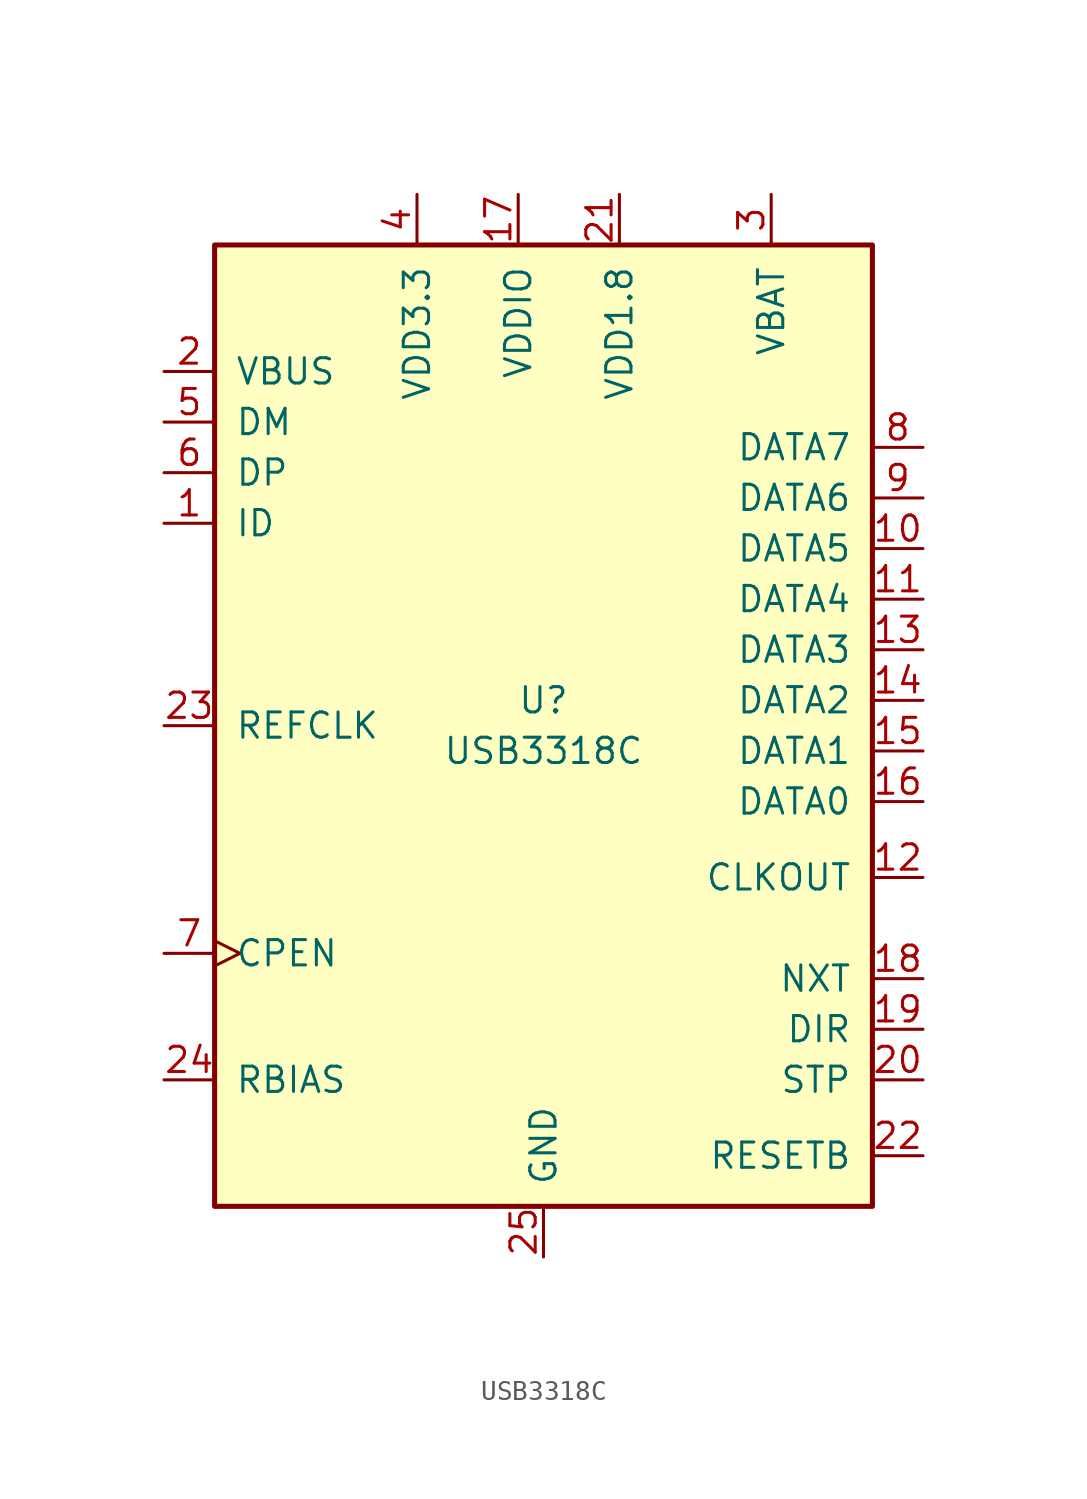
<source format=kicad_sym>
(kicad_symbol_lib
  (version 20231120)
  (generator "kicad_symbol_editor")
  (generator_version "8.0")
  (symbol "USB3318C"
    (pin_names
      (offset 1.016))
    (property "Reference" "U"
      (at 0 1.27 0)
      (effects (font (size 1.27 1.27))))
    (property "Value" "USB3318C"
      (at 0 -1.27 0)
      (effects (font (size 1.27 1.27))))
    (symbol "USB3318C_0_1"
      (rectangle (start -16.51 24.13) (end 16.51 -24.13) (stroke (width 0.254) (type default)) (fill (type background))))
    (symbol "USB3318C_1_1"
      (pin input line (at -19.05 10.16 0) (length 2.54) (name "ID" (effects (font (size 1.27 1.27)))) (number "1" (effects (font (size 1.27 1.27)))))
      (pin bidirectional line (at 19.05 8.89 180) (length 2.54) (name "DATA5" (effects (font (size 1.27 1.27)))) (number "10" (effects (font (size 1.27 1.27)))))
      (pin bidirectional line (at 19.05 6.35 180) (length 2.54) (name "DATA4" (effects (font (size 1.27 1.27)))) (number "11" (effects (font (size 1.27 1.27)))))
      (pin output line (at 19.05 -7.62 180) (length 2.54) (name "CLKOUT" (effects (font (size 1.27 1.27)))) (number "12" (effects (font (size 1.27 1.27)))))
      (pin bidirectional line (at 19.05 3.81 180) (length 2.54) (name "DATA3" (effects (font (size 1.27 1.27)))) (number "13" (effects (font (size 1.27 1.27)))))
      (pin bidirectional line (at 19.05 1.27 180) (length 2.54) (name "DATA2" (effects (font (size 1.27 1.27)))) (number "14" (effects (font (size 1.27 1.27)))))
      (pin bidirectional line (at 19.05 -1.27 180) (length 2.54) (name "DATA1" (effects (font (size 1.27 1.27)))) (number "15" (effects (font (size 1.27 1.27)))))
      (pin bidirectional line (at 19.05 -3.81 180) (length 2.54) (name "DATA0" (effects (font (size 1.27 1.27)))) (number "16" (effects (font (size 1.27 1.27)))))
      (pin power_in line (at -1.27 26.67 270) (length 2.54) (name "VDDIO" (effects (font (size 1.27 1.27)))) (number "17" (effects (font (size 1.27 1.27)))))
      (pin output line (at 19.05 -12.7 180) (length 2.54) (name "NXT" (effects (font (size 1.27 1.27)))) (number "18" (effects (font (size 1.27 1.27)))))
      (pin output line (at 19.05 -15.24 180) (length 2.54) (name "DIR" (effects (font (size 1.27 1.27)))) (number "19" (effects (font (size 1.27 1.27)))))
      (pin power_in line (at -19.05 17.78 0) (length 2.54) (name "VBUS" (effects (font (size 1.27 1.27)))) (number "2" (effects (font (size 1.27 1.27)))))
      (pin input line (at 19.05 -17.78 180) (length 2.54) (name "STP" (effects (font (size 1.27 1.27)))) (number "20" (effects (font (size 1.27 1.27)))))
      (pin output line (at 3.81 26.67 270) (length 2.54) (name "VDD1.8" (effects (font (size 1.27 1.27)))) (number "21" (effects (font (size 1.27 1.27)))))
      (pin input line (at 19.05 -21.59 180) (length 2.54) (name "RESETB" (effects (font (size 1.27 1.27)))) (number "22" (effects (font (size 1.27 1.27)))))
      (pin input line (at -19.05 0 0) (length 2.54) (name "REFCLK" (effects (font (size 1.27 1.27)))) (number "23" (effects (font (size 1.27 1.27)))))
      (pin passive line (at -19.05 -17.78 0) (length 2.54) (name "RBIAS" (effects (font (size 1.27 1.27)))) (number "24" (effects (font (size 1.27 1.27)))))
      (pin power_in line (at 0 -26.67 90) (length 2.54) (name "GND" (effects (font (size 1.27 1.27)))) (number "25" (effects (font (size 1.27 1.27)))))
      (pin power_in line (at 11.43 26.67 270) (length 2.54) (name "VBAT" (effects (font (size 1.27 1.27)))) (number "3" (effects (font (size 1.27 1.27)))))
      (pin output line (at -6.35 26.67 270) (length 2.54) (name "VDD3.3" (effects (font (size 1.27 1.27)))) (number "4" (effects (font (size 1.27 1.27)))))
      (pin bidirectional line (at -19.05 15.24 0) (length 2.54) (name "DM" (effects (font (size 1.27 1.27)))) (number "5" (effects (font (size 1.27 1.27)))))
      (pin bidirectional line (at -19.05 12.7 0) (length 2.54) (name "DP" (effects (font (size 1.27 1.27)))) (number "6" (effects (font (size 1.27 1.27)))))
      (pin output clock (at -19.05 -11.43 0) (length 2.54) (name "CPEN" (effects (font (size 1.27 1.27)))) (number "7" (effects (font (size 1.27 1.27)))))
      (pin bidirectional line (at 19.05 13.97 180) (length 2.54) (name "DATA7" (effects (font (size 1.27 1.27)))) (number "8" (effects (font (size 1.27 1.27)))))
      (pin bidirectional line (at 19.05 11.43 180) (length 2.54) (name "DATA6" (effects (font (size 1.27 1.27)))) (number "9" (effects (font (size 1.27 1.27))))))))
</source>
